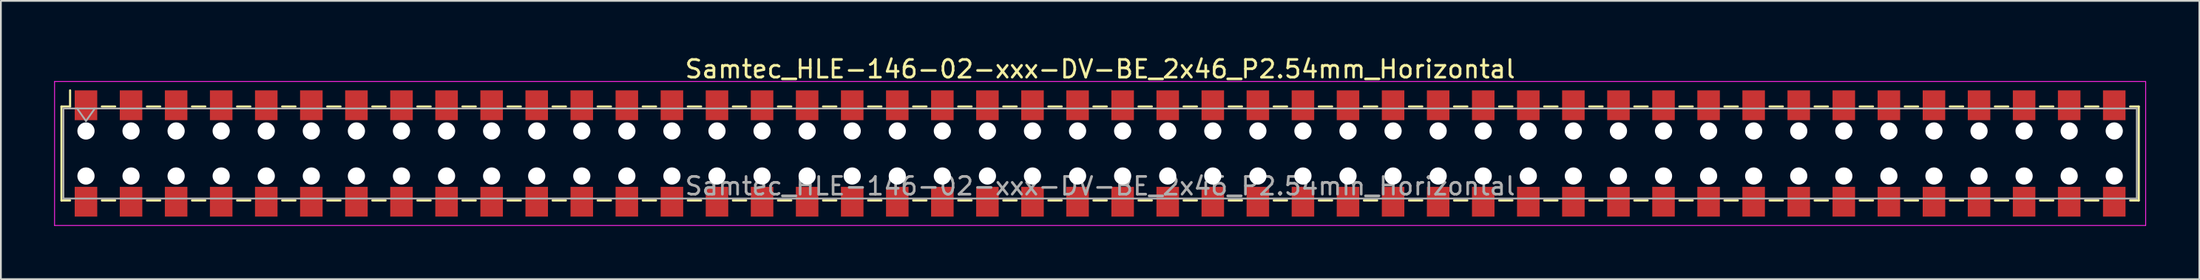
<source format=kicad_pcb>
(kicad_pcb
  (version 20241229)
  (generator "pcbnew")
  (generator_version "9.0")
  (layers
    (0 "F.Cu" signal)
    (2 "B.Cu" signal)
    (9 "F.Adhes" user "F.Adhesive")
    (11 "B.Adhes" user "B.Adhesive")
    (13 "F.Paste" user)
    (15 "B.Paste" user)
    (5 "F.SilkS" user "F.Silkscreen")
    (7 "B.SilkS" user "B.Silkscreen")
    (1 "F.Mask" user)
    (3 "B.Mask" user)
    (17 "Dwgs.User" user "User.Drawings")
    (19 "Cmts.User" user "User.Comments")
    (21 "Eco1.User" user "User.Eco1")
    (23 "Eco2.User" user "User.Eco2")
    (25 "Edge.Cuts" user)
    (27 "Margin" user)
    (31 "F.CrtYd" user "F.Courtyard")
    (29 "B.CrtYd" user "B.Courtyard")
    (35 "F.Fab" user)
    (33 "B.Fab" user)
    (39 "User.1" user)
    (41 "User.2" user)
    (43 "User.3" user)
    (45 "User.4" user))
  (footprint "Samtec_HLE-146-02-xxx-DV-BE_2x46_P2.54mm_Horizontal"
    (layer "F.Cu")
    (at 58.945 5.608)
    (property "Reference" "Samtec_HLE-146-02-xxx-DV-BE_2x46_P2.54mm_Horizontal" (at 0 -4.76 0) (layer "F.SilkS") (effects (font (size 1 1) (thickness 0.15))))
    (attr smd)
    (fp_line (start -58.53 -2.65) (end -58.53 2.65) (stroke (width 0.12) (type solid)) (layer "F.SilkS"))
    (fp_line (start -58.53 2.65) (end -58.045 2.65) (stroke (width 0.12) (type solid)) (layer "F.SilkS"))
    (fp_line (start -58.045 -3.56) (end -58.045 -2.65) (stroke (width 0.12) (type solid)) (layer "F.SilkS"))
    (fp_line (start -58.045 -2.65) (end -58.53 -2.65) (stroke (width 0.12) (type solid)) (layer "F.SilkS"))
    (fp_line (start -56.255 -2.65) (end -55.505 -2.65) (stroke (width 0.12) (type solid)) (layer "F.SilkS"))
    (fp_line (start -56.255 2.65) (end -55.505 2.65) (stroke (width 0.12) (type solid)) (layer "F.SilkS"))
    (fp_line (start -53.715 -2.65) (end -52.965 -2.65) (stroke (width 0.12) (type solid)) (layer "F.SilkS"))
    (fp_line (start -53.715 2.65) (end -52.965 2.65) (stroke (width 0.12) (type solid)) (layer "F.SilkS"))
    (fp_line (start -51.175 -2.65) (end -50.425 -2.65) (stroke (width 0.12) (type solid)) (layer "F.SilkS"))
    (fp_line (start -51.175 2.65) (end -50.425 2.65) (stroke (width 0.12) (type solid)) (layer "F.SilkS"))
    (fp_line (start -48.635 -2.65) (end -47.885 -2.65) (stroke (width 0.12) (type solid)) (layer "F.SilkS"))
    (fp_line (start -48.635 2.65) (end -47.885 2.65) (stroke (width 0.12) (type solid)) (layer "F.SilkS"))
    (fp_line (start -46.095 -2.65) (end -45.345 -2.65) (stroke (width 0.12) (type solid)) (layer "F.SilkS"))
    (fp_line (start -46.095 2.65) (end -45.345 2.65) (stroke (width 0.12) (type solid)) (layer "F.SilkS"))
    (fp_line (start -43.555 -2.65) (end -42.805 -2.65) (stroke (width 0.12) (type solid)) (layer "F.SilkS"))
    (fp_line (start -43.555 2.65) (end -42.805 2.65) (stroke (width 0.12) (type solid)) (layer "F.SilkS"))
    (fp_line (start -41.015 -2.65) (end -40.265 -2.65) (stroke (width 0.12) (type solid)) (layer "F.SilkS"))
    (fp_line (start -41.015 2.65) (end -40.265 2.65) (stroke (width 0.12) (type solid)) (layer "F.SilkS"))
    (fp_line (start -38.475 -2.65) (end -37.725 -2.65) (stroke (width 0.12) (type solid)) (layer "F.SilkS"))
    (fp_line (start -38.475 2.65) (end -37.725 2.65) (stroke (width 0.12) (type solid)) (layer "F.SilkS"))
    (fp_line (start -35.935 -2.65) (end -35.185 -2.65) (stroke (width 0.12) (type solid)) (layer "F.SilkS"))
    (fp_line (start -35.935 2.65) (end -35.185 2.65) (stroke (width 0.12) (type solid)) (layer "F.SilkS"))
    (fp_line (start -33.395 -2.65) (end -32.645 -2.65) (stroke (width 0.12) (type solid)) (layer "F.SilkS"))
    (fp_line (start -33.395 2.65) (end -32.645 2.65) (stroke (width 0.12) (type solid)) (layer "F.SilkS"))
    (fp_line (start -30.855 -2.65) (end -30.105 -2.65) (stroke (width 0.12) (type solid)) (layer "F.SilkS"))
    (fp_line (start -30.855 2.65) (end -30.105 2.65) (stroke (width 0.12) (type solid)) (layer "F.SilkS"))
    (fp_line (start -28.315 -2.65) (end -27.565 -2.65) (stroke (width 0.12) (type solid)) (layer "F.SilkS"))
    (fp_line (start -28.315 2.65) (end -27.565 2.65) (stroke (width 0.12) (type solid)) (layer "F.SilkS"))
    (fp_line (start -25.775 -2.65) (end -25.025 -2.65) (stroke (width 0.12) (type solid)) (layer "F.SilkS"))
    (fp_line (start -25.775 2.65) (end -25.025 2.65) (stroke (width 0.12) (type solid)) (layer "F.SilkS"))
    (fp_line (start -23.235 -2.65) (end -22.485 -2.65) (stroke (width 0.12) (type solid)) (layer "F.SilkS"))
    (fp_line (start -23.235 2.65) (end -22.485 2.65) (stroke (width 0.12) (type solid)) (layer "F.SilkS"))
    (fp_line (start -20.695 -2.65) (end -19.945 -2.65) (stroke (width 0.12) (type solid)) (layer "F.SilkS"))
    (fp_line (start -20.695 2.65) (end -19.945 2.65) (stroke (width 0.12) (type solid)) (layer "F.SilkS"))
    (fp_line (start -18.155 -2.65) (end -17.405 -2.65) (stroke (width 0.12) (type solid)) (layer "F.SilkS"))
    (fp_line (start -18.155 2.65) (end -17.405 2.65) (stroke (width 0.12) (type solid)) (layer "F.SilkS"))
    (fp_line (start -15.615 -2.65) (end -14.865 -2.65) (stroke (width 0.12) (type solid)) (layer "F.SilkS"))
    (fp_line (start -15.615 2.65) (end -14.865 2.65) (stroke (width 0.12) (type solid)) (layer "F.SilkS"))
    (fp_line (start -13.075 -2.65) (end -12.325 -2.65) (stroke (width 0.12) (type solid)) (layer "F.SilkS"))
    (fp_line (start -13.075 2.65) (end -12.325 2.65) (stroke (width 0.12) (type solid)) (layer "F.SilkS"))
    (fp_line (start -10.535 -2.65) (end -9.785 -2.65) (stroke (width 0.12) (type solid)) (layer "F.SilkS"))
    (fp_line (start -10.535 2.65) (end -9.785 2.65) (stroke (width 0.12) (type solid)) (layer "F.SilkS"))
    (fp_line (start -7.995 -2.65) (end -7.245 -2.65) (stroke (width 0.12) (type solid)) (layer "F.SilkS"))
    (fp_line (start -7.995 2.65) (end -7.245 2.65) (stroke (width 0.12) (type solid)) (layer "F.SilkS"))
    (fp_line (start -5.455 -2.65) (end -4.705 -2.65) (stroke (width 0.12) (type solid)) (layer "F.SilkS"))
    (fp_line (start -5.455 2.65) (end -4.705 2.65) (stroke (width 0.12) (type solid)) (layer "F.SilkS"))
    (fp_line (start -2.915 -2.65) (end -2.165 -2.65) (stroke (width 0.12) (type solid)) (layer "F.SilkS"))
    (fp_line (start -2.915 2.65) (end -2.165 2.65) (stroke (width 0.12) (type solid)) (layer "F.SilkS"))
    (fp_line (start -0.375 -2.65) (end 0.375 -2.65) (stroke (width 0.12) (type solid)) (layer "F.SilkS"))
    (fp_line (start -0.375 2.65) (end 0.375 2.65) (stroke (width 0.12) (type solid)) (layer "F.SilkS"))
    (fp_line (start 2.165 -2.65) (end 2.915 -2.65) (stroke (width 0.12) (type solid)) (layer "F.SilkS"))
    (fp_line (start 2.165 2.65) (end 2.915 2.65) (stroke (width 0.12) (type solid)) (layer "F.SilkS"))
    (fp_line (start 4.705 -2.65) (end 5.455 -2.65) (stroke (width 0.12) (type solid)) (layer "F.SilkS"))
    (fp_line (start 4.705 2.65) (end 5.455 2.65) (stroke (width 0.12) (type solid)) (layer "F.SilkS"))
    (fp_line (start 7.245 -2.65) (end 7.995 -2.65) (stroke (width 0.12) (type solid)) (layer "F.SilkS"))
    (fp_line (start 7.245 2.65) (end 7.995 2.65) (stroke (width 0.12) (type solid)) (layer "F.SilkS"))
    (fp_line (start 9.785 -2.65) (end 10.535 -2.65) (stroke (width 0.12) (type solid)) (layer "F.SilkS"))
    (fp_line (start 9.785 2.65) (end 10.535 2.65) (stroke (width 0.12) (type solid)) (layer "F.SilkS"))
    (fp_line (start 12.325 -2.65) (end 13.075 -2.65) (stroke (width 0.12) (type solid)) (layer "F.SilkS"))
    (fp_line (start 12.325 2.65) (end 13.075 2.65) (stroke (width 0.12) (type solid)) (layer "F.SilkS"))
    (fp_line (start 14.865 -2.65) (end 15.615 -2.65) (stroke (width 0.12) (type solid)) (layer "F.SilkS"))
    (fp_line (start 14.865 2.65) (end 15.615 2.65) (stroke (width 0.12) (type solid)) (layer "F.SilkS"))
    (fp_line (start 17.405 -2.65) (end 18.155 -2.65) (stroke (width 0.12) (type solid)) (layer "F.SilkS"))
    (fp_line (start 17.405 2.65) (end 18.155 2.65) (stroke (width 0.12) (type solid)) (layer "F.SilkS"))
    (fp_line (start 19.945 -2.65) (end 20.695 -2.65) (stroke (width 0.12) (type solid)) (layer "F.SilkS"))
    (fp_line (start 19.945 2.65) (end 20.695 2.65) (stroke (width 0.12) (type solid)) (layer "F.SilkS"))
    (fp_line (start 22.485 -2.65) (end 23.235 -2.65) (stroke (width 0.12) (type solid)) (layer "F.SilkS"))
    (fp_line (start 22.485 2.65) (end 23.235 2.65) (stroke (width 0.12) (type solid)) (layer "F.SilkS"))
    (fp_line (start 25.025 -2.65) (end 25.775 -2.65) (stroke (width 0.12) (type solid)) (layer "F.SilkS"))
    (fp_line (start 25.025 2.65) (end 25.775 2.65) (stroke (width 0.12) (type solid)) (layer "F.SilkS"))
    (fp_line (start 27.565 -2.65) (end 28.315 -2.65) (stroke (width 0.12) (type solid)) (layer "F.SilkS"))
    (fp_line (start 27.565 2.65) (end 28.315 2.65) (stroke (width 0.12) (type solid)) (layer "F.SilkS"))
    (fp_line (start 30.105 -2.65) (end 30.855 -2.65) (stroke (width 0.12) (type solid)) (layer "F.SilkS"))
    (fp_line (start 30.105 2.65) (end 30.855 2.65) (stroke (width 0.12) (type solid)) (layer "F.SilkS"))
    (fp_line (start 32.645 -2.65) (end 33.395 -2.65) (stroke (width 0.12) (type solid)) (layer "F.SilkS"))
    (fp_line (start 32.645 2.65) (end 33.395 2.65) (stroke (width 0.12) (type solid)) (layer "F.SilkS"))
    (fp_line (start 35.185 -2.65) (end 35.935 -2.65) (stroke (width 0.12) (type solid)) (layer "F.SilkS"))
    (fp_line (start 35.185 2.65) (end 35.935 2.65) (stroke (width 0.12) (type solid)) (layer "F.SilkS"))
    (fp_line (start 37.725 -2.65) (end 38.475 -2.65) (stroke (width 0.12) (type solid)) (layer "F.SilkS"))
    (fp_line (start 37.725 2.65) (end 38.475 2.65) (stroke (width 0.12) (type solid)) (layer "F.SilkS"))
    (fp_line (start 40.265 -2.65) (end 41.015 -2.65) (stroke (width 0.12) (type solid)) (layer "F.SilkS"))
    (fp_line (start 40.265 2.65) (end 41.015 2.65) (stroke (width 0.12) (type solid)) (layer "F.SilkS"))
    (fp_line (start 42.805 -2.65) (end 43.555 -2.65) (stroke (width 0.12) (type solid)) (layer "F.SilkS"))
    (fp_line (start 42.805 2.65) (end 43.555 2.65) (stroke (width 0.12) (type solid)) (layer "F.SilkS"))
    (fp_line (start 45.345 -2.65) (end 46.095 -2.65) (stroke (width 0.12) (type solid)) (layer "F.SilkS"))
    (fp_line (start 45.345 2.65) (end 46.095 2.65) (stroke (width 0.12) (type solid)) (layer "F.SilkS"))
    (fp_line (start 47.885 -2.65) (end 48.635 -2.65) (stroke (width 0.12) (type solid)) (layer "F.SilkS"))
    (fp_line (start 47.885 2.65) (end 48.635 2.65) (stroke (width 0.12) (type solid)) (layer "F.SilkS"))
    (fp_line (start 50.425 -2.65) (end 51.175 -2.65) (stroke (width 0.12) (type solid)) (layer "F.SilkS"))
    (fp_line (start 50.425 2.65) (end 51.175 2.65) (stroke (width 0.12) (type solid)) (layer "F.SilkS"))
    (fp_line (start 52.965 -2.65) (end 53.715 -2.65) (stroke (width 0.12) (type solid)) (layer "F.SilkS"))
    (fp_line (start 52.965 2.65) (end 53.715 2.65) (stroke (width 0.12) (type solid)) (layer "F.SilkS"))
    (fp_line (start 55.505 -2.65) (end 56.255 -2.65) (stroke (width 0.12) (type solid)) (layer "F.SilkS"))
    (fp_line (start 55.505 2.65) (end 56.255 2.65) (stroke (width 0.12) (type solid)) (layer "F.SilkS"))
    (fp_line (start 58.045 -2.65) (end 58.53 -2.65) (stroke (width 0.12) (type solid)) (layer "F.SilkS"))
    (fp_line (start 58.53 -2.65) (end 58.53 2.65) (stroke (width 0.12) (type solid)) (layer "F.SilkS"))
    (fp_line (start 58.53 2.65) (end 58.045 2.65) (stroke (width 0.12) (type solid)) (layer "F.SilkS"))
    (fp_line (start -58.92 -4.06) (end 58.92 -4.06) (stroke (width 0.05) (type solid)) (layer "F.CrtYd"))
    (fp_line (start -58.92 4.06) (end -58.92 -4.06) (stroke (width 0.05) (type solid)) (layer "F.CrtYd"))
    (fp_line (start 58.92 -4.06) (end 58.92 4.06) (stroke (width 0.05) (type solid)) (layer "F.CrtYd"))
    (fp_line (start 58.92 4.06) (end -58.92 4.06) (stroke (width 0.05) (type solid)) (layer "F.CrtYd"))
    (fp_line (start -58.42 -2.54) (end 58.42 -2.54) (stroke (width 0.1) (type solid)) (layer "F.Fab"))
    (fp_line (start -58.42 2.54) (end -58.42 -2.54) (stroke (width 0.1) (type solid)) (layer "F.Fab"))
    (fp_line (start -57.65 -2.54) (end -57.15 -1.833) (stroke (width 0.1) (type solid)) (layer "F.Fab"))
    (fp_line (start -57.15 -1.833) (end -56.65 -2.54) (stroke (width 0.1) (type solid)) (layer "F.Fab"))
    (fp_line (start 58.42 -2.54) (end 58.42 2.54) (stroke (width 0.1) (type solid)) (layer "F.Fab"))
    (fp_line (start 58.42 2.54) (end -58.42 2.54) (stroke (width 0.1) (type solid)) (layer "F.Fab"))
    (fp_text user "${REFERENCE}" (at 0 1.84 0) (layer "F.Fab") (effects (font (size 1 1) (thickness 0.15))))
    (pad "" np_thru_hole circle (at -57.15 -1.27) (size 0.97 0.97) (drill 0.97) (layers "*.Cu" "*.Mask"))
    (pad "" np_thru_hole circle (at -57.15 1.27) (size 0.97 0.97) (drill 0.97) (layers "*.Cu" "*.Mask"))
    (pad "" np_thru_hole circle (at -54.61 -1.27) (size 0.97 0.97) (drill 0.97) (layers "*.Cu" "*.Mask"))
    (pad "" np_thru_hole circle (at -54.61 1.27) (size 0.97 0.97) (drill 0.97) (layers "*.Cu" "*.Mask"))
    (pad "" np_thru_hole circle (at -52.07 -1.27) (size 0.97 0.97) (drill 0.97) (layers "*.Cu" "*.Mask"))
    (pad "" np_thru_hole circle (at -52.07 1.27) (size 0.97 0.97) (drill 0.97) (layers "*.Cu" "*.Mask"))
    (pad "" np_thru_hole circle (at -49.53 -1.27) (size 0.97 0.97) (drill 0.97) (layers "*.Cu" "*.Mask"))
    (pad "" np_thru_hole circle (at -49.53 1.27) (size 0.97 0.97) (drill 0.97) (layers "*.Cu" "*.Mask"))
    (pad "" np_thru_hole circle (at -46.99 -1.27) (size 0.97 0.97) (drill 0.97) (layers "*.Cu" "*.Mask"))
    (pad "" np_thru_hole circle (at -46.99 1.27) (size 0.97 0.97) (drill 0.97) (layers "*.Cu" "*.Mask"))
    (pad "" np_thru_hole circle (at -44.45 -1.27) (size 0.97 0.97) (drill 0.97) (layers "*.Cu" "*.Mask"))
    (pad "" np_thru_hole circle (at -44.45 1.27) (size 0.97 0.97) (drill 0.97) (layers "*.Cu" "*.Mask"))
    (pad "" np_thru_hole circle (at -41.91 -1.27) (size 0.97 0.97) (drill 0.97) (layers "*.Cu" "*.Mask"))
    (pad "" np_thru_hole circle (at -41.91 1.27) (size 0.97 0.97) (drill 0.97) (layers "*.Cu" "*.Mask"))
    (pad "" np_thru_hole circle (at -39.37 -1.27) (size 0.97 0.97) (drill 0.97) (layers "*.Cu" "*.Mask"))
    (pad "" np_thru_hole circle (at -39.37 1.27) (size 0.97 0.97) (drill 0.97) (layers "*.Cu" "*.Mask"))
    (pad "" np_thru_hole circle (at -36.83 -1.27) (size 0.97 0.97) (drill 0.97) (layers "*.Cu" "*.Mask"))
    (pad "" np_thru_hole circle (at -36.83 1.27) (size 0.97 0.97) (drill 0.97) (layers "*.Cu" "*.Mask"))
    (pad "" np_thru_hole circle (at -34.29 -1.27) (size 0.97 0.97) (drill 0.97) (layers "*.Cu" "*.Mask"))
    (pad "" np_thru_hole circle (at -34.29 1.27) (size 0.97 0.97) (drill 0.97) (layers "*.Cu" "*.Mask"))
    (pad "" np_thru_hole circle (at -31.75 -1.27) (size 0.97 0.97) (drill 0.97) (layers "*.Cu" "*.Mask"))
    (pad "" np_thru_hole circle (at -31.75 1.27) (size 0.97 0.97) (drill 0.97) (layers "*.Cu" "*.Mask"))
    (pad "" np_thru_hole circle (at -29.21 -1.27) (size 0.97 0.97) (drill 0.97) (layers "*.Cu" "*.Mask"))
    (pad "" np_thru_hole circle (at -29.21 1.27) (size 0.97 0.97) (drill 0.97) (layers "*.Cu" "*.Mask"))
    (pad "" np_thru_hole circle (at -26.67 -1.27) (size 0.97 0.97) (drill 0.97) (layers "*.Cu" "*.Mask"))
    (pad "" np_thru_hole circle (at -26.67 1.27) (size 0.97 0.97) (drill 0.97) (layers "*.Cu" "*.Mask"))
    (pad "" np_thru_hole circle (at -24.13 -1.27) (size 0.97 0.97) (drill 0.97) (layers "*.Cu" "*.Mask"))
    (pad "" np_thru_hole circle (at -24.13 1.27) (size 0.97 0.97) (drill 0.97) (layers "*.Cu" "*.Mask"))
    (pad "" np_thru_hole circle (at -21.59 -1.27) (size 0.97 0.97) (drill 0.97) (layers "*.Cu" "*.Mask"))
    (pad "" np_thru_hole circle (at -21.59 1.27) (size 0.97 0.97) (drill 0.97) (layers "*.Cu" "*.Mask"))
    (pad "" np_thru_hole circle (at -19.05 -1.27) (size 0.97 0.97) (drill 0.97) (layers "*.Cu" "*.Mask"))
    (pad "" np_thru_hole circle (at -19.05 1.27) (size 0.97 0.97) (drill 0.97) (layers "*.Cu" "*.Mask"))
    (pad "" np_thru_hole circle (at -16.51 -1.27) (size 0.97 0.97) (drill 0.97) (layers "*.Cu" "*.Mask"))
    (pad "" np_thru_hole circle (at -16.51 1.27) (size 0.97 0.97) (drill 0.97) (layers "*.Cu" "*.Mask"))
    (pad "" np_thru_hole circle (at -13.97 -1.27) (size 0.97 0.97) (drill 0.97) (layers "*.Cu" "*.Mask"))
    (pad "" np_thru_hole circle (at -13.97 1.27) (size 0.97 0.97) (drill 0.97) (layers "*.Cu" "*.Mask"))
    (pad "" np_thru_hole circle (at -11.43 -1.27) (size 0.97 0.97) (drill 0.97) (layers "*.Cu" "*.Mask"))
    (pad "" np_thru_hole circle (at -11.43 1.27) (size 0.97 0.97) (drill 0.97) (layers "*.Cu" "*.Mask"))
    (pad "" np_thru_hole circle (at -8.89 -1.27) (size 0.97 0.97) (drill 0.97) (layers "*.Cu" "*.Mask"))
    (pad "" np_thru_hole circle (at -8.89 1.27) (size 0.97 0.97) (drill 0.97) (layers "*.Cu" "*.Mask"))
    (pad "" np_thru_hole circle (at -6.35 -1.27) (size 0.97 0.97) (drill 0.97) (layers "*.Cu" "*.Mask"))
    (pad "" np_thru_hole circle (at -6.35 1.27) (size 0.97 0.97) (drill 0.97) (layers "*.Cu" "*.Mask"))
    (pad "" np_thru_hole circle (at -3.81 -1.27) (size 0.97 0.97) (drill 0.97) (layers "*.Cu" "*.Mask"))
    (pad "" np_thru_hole circle (at -3.81 1.27) (size 0.97 0.97) (drill 0.97) (layers "*.Cu" "*.Mask"))
    (pad "" np_thru_hole circle (at -1.27 -1.27) (size 0.97 0.97) (drill 0.97) (layers "*.Cu" "*.Mask"))
    (pad "" np_thru_hole circle (at -1.27 1.27) (size 0.97 0.97) (drill 0.97) (layers "*.Cu" "*.Mask"))
    (pad "" np_thru_hole circle (at 1.27 -1.27) (size 0.97 0.97) (drill 0.97) (layers "*.Cu" "*.Mask"))
    (pad "" np_thru_hole circle (at 1.27 1.27) (size 0.97 0.97) (drill 0.97) (layers "*.Cu" "*.Mask"))
    (pad "" np_thru_hole circle (at 3.81 -1.27) (size 0.97 0.97) (drill 0.97) (layers "*.Cu" "*.Mask"))
    (pad "" np_thru_hole circle (at 3.81 1.27) (size 0.97 0.97) (drill 0.97) (layers "*.Cu" "*.Mask"))
    (pad "" np_thru_hole circle (at 6.35 -1.27) (size 0.97 0.97) (drill 0.97) (layers "*.Cu" "*.Mask"))
    (pad "" np_thru_hole circle (at 6.35 1.27) (size 0.97 0.97) (drill 0.97) (layers "*.Cu" "*.Mask"))
    (pad "" np_thru_hole circle (at 8.89 -1.27) (size 0.97 0.97) (drill 0.97) (layers "*.Cu" "*.Mask"))
    (pad "" np_thru_hole circle (at 8.89 1.27) (size 0.97 0.97) (drill 0.97) (layers "*.Cu" "*.Mask"))
    (pad "" np_thru_hole circle (at 11.43 -1.27) (size 0.97 0.97) (drill 0.97) (layers "*.Cu" "*.Mask"))
    (pad "" np_thru_hole circle (at 11.43 1.27) (size 0.97 0.97) (drill 0.97) (layers "*.Cu" "*.Mask"))
    (pad "" np_thru_hole circle (at 13.97 -1.27) (size 0.97 0.97) (drill 0.97) (layers "*.Cu" "*.Mask"))
    (pad "" np_thru_hole circle (at 13.97 1.27) (size 0.97 0.97) (drill 0.97) (layers "*.Cu" "*.Mask"))
    (pad "" np_thru_hole circle (at 16.51 -1.27) (size 0.97 0.97) (drill 0.97) (layers "*.Cu" "*.Mask"))
    (pad "" np_thru_hole circle (at 16.51 1.27) (size 0.97 0.97) (drill 0.97) (layers "*.Cu" "*.Mask"))
    (pad "" np_thru_hole circle (at 19.05 -1.27) (size 0.97 0.97) (drill 0.97) (layers "*.Cu" "*.Mask"))
    (pad "" np_thru_hole circle (at 19.05 1.27) (size 0.97 0.97) (drill 0.97) (layers "*.Cu" "*.Mask"))
    (pad "" np_thru_hole circle (at 21.59 -1.27) (size 0.97 0.97) (drill 0.97) (layers "*.Cu" "*.Mask"))
    (pad "" np_thru_hole circle (at 21.59 1.27) (size 0.97 0.97) (drill 0.97) (layers "*.Cu" "*.Mask"))
    (pad "" np_thru_hole circle (at 24.13 -1.27) (size 0.97 0.97) (drill 0.97) (layers "*.Cu" "*.Mask"))
    (pad "" np_thru_hole circle (at 24.13 1.27) (size 0.97 0.97) (drill 0.97) (layers "*.Cu" "*.Mask"))
    (pad "" np_thru_hole circle (at 26.67 -1.27) (size 0.97 0.97) (drill 0.97) (layers "*.Cu" "*.Mask"))
    (pad "" np_thru_hole circle (at 26.67 1.27) (size 0.97 0.97) (drill 0.97) (layers "*.Cu" "*.Mask"))
    (pad "" np_thru_hole circle (at 29.21 -1.27) (size 0.97 0.97) (drill 0.97) (layers "*.Cu" "*.Mask"))
    (pad "" np_thru_hole circle (at 29.21 1.27) (size 0.97 0.97) (drill 0.97) (layers "*.Cu" "*.Mask"))
    (pad "" np_thru_hole circle (at 31.75 -1.27) (size 0.97 0.97) (drill 0.97) (layers "*.Cu" "*.Mask"))
    (pad "" np_thru_hole circle (at 31.75 1.27) (size 0.97 0.97) (drill 0.97) (layers "*.Cu" "*.Mask"))
    (pad "" np_thru_hole circle (at 34.29 -1.27) (size 0.97 0.97) (drill 0.97) (layers "*.Cu" "*.Mask"))
    (pad "" np_thru_hole circle (at 34.29 1.27) (size 0.97 0.97) (drill 0.97) (layers "*.Cu" "*.Mask"))
    (pad "" np_thru_hole circle (at 36.83 -1.27) (size 0.97 0.97) (drill 0.97) (layers "*.Cu" "*.Mask"))
    (pad "" np_thru_hole circle (at 36.83 1.27) (size 0.97 0.97) (drill 0.97) (layers "*.Cu" "*.Mask"))
    (pad "" np_thru_hole circle (at 39.37 -1.27) (size 0.97 0.97) (drill 0.97) (layers "*.Cu" "*.Mask"))
    (pad "" np_thru_hole circle (at 39.37 1.27) (size 0.97 0.97) (drill 0.97) (layers "*.Cu" "*.Mask"))
    (pad "" np_thru_hole circle (at 41.91 -1.27) (size 0.97 0.97) (drill 0.97) (layers "*.Cu" "*.Mask"))
    (pad "" np_thru_hole circle (at 41.91 1.27) (size 0.97 0.97) (drill 0.97) (layers "*.Cu" "*.Mask"))
    (pad "" np_thru_hole circle (at 44.45 -1.27) (size 0.97 0.97) (drill 0.97) (layers "*.Cu" "*.Mask"))
    (pad "" np_thru_hole circle (at 44.45 1.27) (size 0.97 0.97) (drill 0.97) (layers "*.Cu" "*.Mask"))
    (pad "" np_thru_hole circle (at 46.99 -1.27) (size 0.97 0.97) (drill 0.97) (layers "*.Cu" "*.Mask"))
    (pad "" np_thru_hole circle (at 46.99 1.27) (size 0.97 0.97) (drill 0.97) (layers "*.Cu" "*.Mask"))
    (pad "" np_thru_hole circle (at 49.53 -1.27) (size 0.97 0.97) (drill 0.97) (layers "*.Cu" "*.Mask"))
    (pad "" np_thru_hole circle (at 49.53 1.27) (size 0.97 0.97) (drill 0.97) (layers "*.Cu" "*.Mask"))
    (pad "" np_thru_hole circle (at 52.07 -1.27) (size 0.97 0.97) (drill 0.97) (layers "*.Cu" "*.Mask"))
    (pad "" np_thru_hole circle (at 52.07 1.27) (size 0.97 0.97) (drill 0.97) (layers "*.Cu" "*.Mask"))
    (pad "" np_thru_hole circle (at 54.61 -1.27) (size 0.97 0.97) (drill 0.97) (layers "*.Cu" "*.Mask"))
    (pad "" np_thru_hole circle (at 54.61 1.27) (size 0.97 0.97) (drill 0.97) (layers "*.Cu" "*.Mask"))
    (pad "" np_thru_hole circle (at 57.15 -1.27) (size 0.97 0.97) (drill 0.97) (layers "*.Cu" "*.Mask"))
    (pad "" np_thru_hole circle (at 57.15 1.27) (size 0.97 0.97) (drill 0.97) (layers "*.Cu" "*.Mask"))
    (pad "1" smd rect (at -57.15 -2.72) (size 1.27 1.68) (layers "F.Cu" "F.Mask" "F.Paste"))
    (pad "2" smd rect (at -57.15 2.72) (size 1.27 1.68) (layers "F.Cu" "F.Mask" "F.Paste"))
    (pad "3" smd rect (at -54.61 -2.72) (size 1.27 1.68) (layers "F.Cu" "F.Mask" "F.Paste"))
    (pad "4" smd rect (at -54.61 2.72) (size 1.27 1.68) (layers "F.Cu" "F.Mask" "F.Paste"))
    (pad "5" smd rect (at -52.07 -2.72) (size 1.27 1.68) (layers "F.Cu" "F.Mask" "F.Paste"))
    (pad "6" smd rect (at -52.07 2.72) (size 1.27 1.68) (layers "F.Cu" "F.Mask" "F.Paste"))
    (pad "7" smd rect (at -49.53 -2.72) (size 1.27 1.68) (layers "F.Cu" "F.Mask" "F.Paste"))
    (pad "8" smd rect (at -49.53 2.72) (size 1.27 1.68) (layers "F.Cu" "F.Mask" "F.Paste"))
    (pad "9" smd rect (at -46.99 -2.72) (size 1.27 1.68) (layers "F.Cu" "F.Mask" "F.Paste"))
    (pad "10" smd rect (at -46.99 2.72) (size 1.27 1.68) (layers "F.Cu" "F.Mask" "F.Paste"))
    (pad "11" smd rect (at -44.45 -2.72) (size 1.27 1.68) (layers "F.Cu" "F.Mask" "F.Paste"))
    (pad "12" smd rect (at -44.45 2.72) (size 1.27 1.68) (layers "F.Cu" "F.Mask" "F.Paste"))
    (pad "13" smd rect (at -41.91 -2.72) (size 1.27 1.68) (layers "F.Cu" "F.Mask" "F.Paste"))
    (pad "14" smd rect (at -41.91 2.72) (size 1.27 1.68) (layers "F.Cu" "F.Mask" "F.Paste"))
    (pad "15" smd rect (at -39.37 -2.72) (size 1.27 1.68) (layers "F.Cu" "F.Mask" "F.Paste"))
    (pad "16" smd rect (at -39.37 2.72) (size 1.27 1.68) (layers "F.Cu" "F.Mask" "F.Paste"))
    (pad "17" smd rect (at -36.83 -2.72) (size 1.27 1.68) (layers "F.Cu" "F.Mask" "F.Paste"))
    (pad "18" smd rect (at -36.83 2.72) (size 1.27 1.68) (layers "F.Cu" "F.Mask" "F.Paste"))
    (pad "19" smd rect (at -34.29 -2.72) (size 1.27 1.68) (layers "F.Cu" "F.Mask" "F.Paste"))
    (pad "20" smd rect (at -34.29 2.72) (size 1.27 1.68) (layers "F.Cu" "F.Mask" "F.Paste"))
    (pad "21" smd rect (at -31.75 -2.72) (size 1.27 1.68) (layers "F.Cu" "F.Mask" "F.Paste"))
    (pad "22" smd rect (at -31.75 2.72) (size 1.27 1.68) (layers "F.Cu" "F.Mask" "F.Paste"))
    (pad "23" smd rect (at -29.21 -2.72) (size 1.27 1.68) (layers "F.Cu" "F.Mask" "F.Paste"))
    (pad "24" smd rect (at -29.21 2.72) (size 1.27 1.68) (layers "F.Cu" "F.Mask" "F.Paste"))
    (pad "25" smd rect (at -26.67 -2.72) (size 1.27 1.68) (layers "F.Cu" "F.Mask" "F.Paste"))
    (pad "26" smd rect (at -26.67 2.72) (size 1.27 1.68) (layers "F.Cu" "F.Mask" "F.Paste"))
    (pad "27" smd rect (at -24.13 -2.72) (size 1.27 1.68) (layers "F.Cu" "F.Mask" "F.Paste"))
    (pad "28" smd rect (at -24.13 2.72) (size 1.27 1.68) (layers "F.Cu" "F.Mask" "F.Paste"))
    (pad "29" smd rect (at -21.59 -2.72) (size 1.27 1.68) (layers "F.Cu" "F.Mask" "F.Paste"))
    (pad "30" smd rect (at -21.59 2.72) (size 1.27 1.68) (layers "F.Cu" "F.Mask" "F.Paste"))
    (pad "31" smd rect (at -19.05 -2.72) (size 1.27 1.68) (layers "F.Cu" "F.Mask" "F.Paste"))
    (pad "32" smd rect (at -19.05 2.72) (size 1.27 1.68) (layers "F.Cu" "F.Mask" "F.Paste"))
    (pad "33" smd rect (at -16.51 -2.72) (size 1.27 1.68) (layers "F.Cu" "F.Mask" "F.Paste"))
    (pad "34" smd rect (at -16.51 2.72) (size 1.27 1.68) (layers "F.Cu" "F.Mask" "F.Paste"))
    (pad "35" smd rect (at -13.97 -2.72) (size 1.27 1.68) (layers "F.Cu" "F.Mask" "F.Paste"))
    (pad "36" smd rect (at -13.97 2.72) (size 1.27 1.68) (layers "F.Cu" "F.Mask" "F.Paste"))
    (pad "37" smd rect (at -11.43 -2.72) (size 1.27 1.68) (layers "F.Cu" "F.Mask" "F.Paste"))
    (pad "38" smd rect (at -11.43 2.72) (size 1.27 1.68) (layers "F.Cu" "F.Mask" "F.Paste"))
    (pad "39" smd rect (at -8.89 -2.72) (size 1.27 1.68) (layers "F.Cu" "F.Mask" "F.Paste"))
    (pad "40" smd rect (at -8.89 2.72) (size 1.27 1.68) (layers "F.Cu" "F.Mask" "F.Paste"))
    (pad "41" smd rect (at -6.35 -2.72) (size 1.27 1.68) (layers "F.Cu" "F.Mask" "F.Paste"))
    (pad "42" smd rect (at -6.35 2.72) (size 1.27 1.68) (layers "F.Cu" "F.Mask" "F.Paste"))
    (pad "43" smd rect (at -3.81 -2.72) (size 1.27 1.68) (layers "F.Cu" "F.Mask" "F.Paste"))
    (pad "44" smd rect (at -3.81 2.72) (size 1.27 1.68) (layers "F.Cu" "F.Mask" "F.Paste"))
    (pad "45" smd rect (at -1.27 -2.72) (size 1.27 1.68) (layers "F.Cu" "F.Mask" "F.Paste"))
    (pad "46" smd rect (at -1.27 2.72) (size 1.27 1.68) (layers "F.Cu" "F.Mask" "F.Paste"))
    (pad "47" smd rect (at 1.27 -2.72) (size 1.27 1.68) (layers "F.Cu" "F.Mask" "F.Paste"))
    (pad "48" smd rect (at 1.27 2.72) (size 1.27 1.68) (layers "F.Cu" "F.Mask" "F.Paste"))
    (pad "49" smd rect (at 3.81 -2.72) (size 1.27 1.68) (layers "F.Cu" "F.Mask" "F.Paste"))
    (pad "50" smd rect (at 3.81 2.72) (size 1.27 1.68) (layers "F.Cu" "F.Mask" "F.Paste"))
    (pad "51" smd rect (at 6.35 -2.72) (size 1.27 1.68) (layers "F.Cu" "F.Mask" "F.Paste"))
    (pad "52" smd rect (at 6.35 2.72) (size 1.27 1.68) (layers "F.Cu" "F.Mask" "F.Paste"))
    (pad "53" smd rect (at 8.89 -2.72) (size 1.27 1.68) (layers "F.Cu" "F.Mask" "F.Paste"))
    (pad "54" smd rect (at 8.89 2.72) (size 1.27 1.68) (layers "F.Cu" "F.Mask" "F.Paste"))
    (pad "55" smd rect (at 11.43 -2.72) (size 1.27 1.68) (layers "F.Cu" "F.Mask" "F.Paste"))
    (pad "56" smd rect (at 11.43 2.72) (size 1.27 1.68) (layers "F.Cu" "F.Mask" "F.Paste"))
    (pad "57" smd rect (at 13.97 -2.72) (size 1.27 1.68) (layers "F.Cu" "F.Mask" "F.Paste"))
    (pad "58" smd rect (at 13.97 2.72) (size 1.27 1.68) (layers "F.Cu" "F.Mask" "F.Paste"))
    (pad "59" smd rect (at 16.51 -2.72) (size 1.27 1.68) (layers "F.Cu" "F.Mask" "F.Paste"))
    (pad "60" smd rect (at 16.51 2.72) (size 1.27 1.68) (layers "F.Cu" "F.Mask" "F.Paste"))
    (pad "61" smd rect (at 19.05 -2.72) (size 1.27 1.68) (layers "F.Cu" "F.Mask" "F.Paste"))
    (pad "62" smd rect (at 19.05 2.72) (size 1.27 1.68) (layers "F.Cu" "F.Mask" "F.Paste"))
    (pad "63" smd rect (at 21.59 -2.72) (size 1.27 1.68) (layers "F.Cu" "F.Mask" "F.Paste"))
    (pad "64" smd rect (at 21.59 2.72) (size 1.27 1.68) (layers "F.Cu" "F.Mask" "F.Paste"))
    (pad "65" smd rect (at 24.13 -2.72) (size 1.27 1.68) (layers "F.Cu" "F.Mask" "F.Paste"))
    (pad "66" smd rect (at 24.13 2.72) (size 1.27 1.68) (layers "F.Cu" "F.Mask" "F.Paste"))
    (pad "67" smd rect (at 26.67 -2.72) (size 1.27 1.68) (layers "F.Cu" "F.Mask" "F.Paste"))
    (pad "68" smd rect (at 26.67 2.72) (size 1.27 1.68) (layers "F.Cu" "F.Mask" "F.Paste"))
    (pad "69" smd rect (at 29.21 -2.72) (size 1.27 1.68) (layers "F.Cu" "F.Mask" "F.Paste"))
    (pad "70" smd rect (at 29.21 2.72) (size 1.27 1.68) (layers "F.Cu" "F.Mask" "F.Paste"))
    (pad "71" smd rect (at 31.75 -2.72) (size 1.27 1.68) (layers "F.Cu" "F.Mask" "F.Paste"))
    (pad "72" smd rect (at 31.75 2.72) (size 1.27 1.68) (layers "F.Cu" "F.Mask" "F.Paste"))
    (pad "73" smd rect (at 34.29 -2.72) (size 1.27 1.68) (layers "F.Cu" "F.Mask" "F.Paste"))
    (pad "74" smd rect (at 34.29 2.72) (size 1.27 1.68) (layers "F.Cu" "F.Mask" "F.Paste"))
    (pad "75" smd rect (at 36.83 -2.72) (size 1.27 1.68) (layers "F.Cu" "F.Mask" "F.Paste"))
    (pad "76" smd rect (at 36.83 2.72) (size 1.27 1.68) (layers "F.Cu" "F.Mask" "F.Paste"))
    (pad "77" smd rect (at 39.37 -2.72) (size 1.27 1.68) (layers "F.Cu" "F.Mask" "F.Paste"))
    (pad "78" smd rect (at 39.37 2.72) (size 1.27 1.68) (layers "F.Cu" "F.Mask" "F.Paste"))
    (pad "79" smd rect (at 41.91 -2.72) (size 1.27 1.68) (layers "F.Cu" "F.Mask" "F.Paste"))
    (pad "80" smd rect (at 41.91 2.72) (size 1.27 1.68) (layers "F.Cu" "F.Mask" "F.Paste"))
    (pad "81" smd rect (at 44.45 -2.72) (size 1.27 1.68) (layers "F.Cu" "F.Mask" "F.Paste"))
    (pad "82" smd rect (at 44.45 2.72) (size 1.27 1.68) (layers "F.Cu" "F.Mask" "F.Paste"))
    (pad "83" smd rect (at 46.99 -2.72) (size 1.27 1.68) (layers "F.Cu" "F.Mask" "F.Paste"))
    (pad "84" smd rect (at 46.99 2.72) (size 1.27 1.68) (layers "F.Cu" "F.Mask" "F.Paste"))
    (pad "85" smd rect (at 49.53 -2.72) (size 1.27 1.68) (layers "F.Cu" "F.Mask" "F.Paste"))
    (pad "86" smd rect (at 49.53 2.72) (size 1.27 1.68) (layers "F.Cu" "F.Mask" "F.Paste"))
    (pad "87" smd rect (at 52.07 -2.72) (size 1.27 1.68) (layers "F.Cu" "F.Mask" "F.Paste"))
    (pad "88" smd rect (at 52.07 2.72) (size 1.27 1.68) (layers "F.Cu" "F.Mask" "F.Paste"))
    (pad "89" smd rect (at 54.61 -2.72) (size 1.27 1.68) (layers "F.Cu" "F.Mask" "F.Paste"))
    (pad "90" smd rect (at 54.61 2.72) (size 1.27 1.68) (layers "F.Cu" "F.Mask" "F.Paste"))
    (pad "91" smd rect (at 57.15 -2.72) (size 1.27 1.68) (layers "F.Cu" "F.Mask" "F.Paste"))
    (pad "92" smd rect (at 57.15 2.72) (size 1.27 1.68) (layers "F.Cu" "F.Mask" "F.Paste")))
  (gr_rect
    (start -3 -3)
    (end 120.89 12.693)
    (stroke (width 0.1) (type default))
    (fill no)
    (layer "Edge.Cuts")))
</source>
